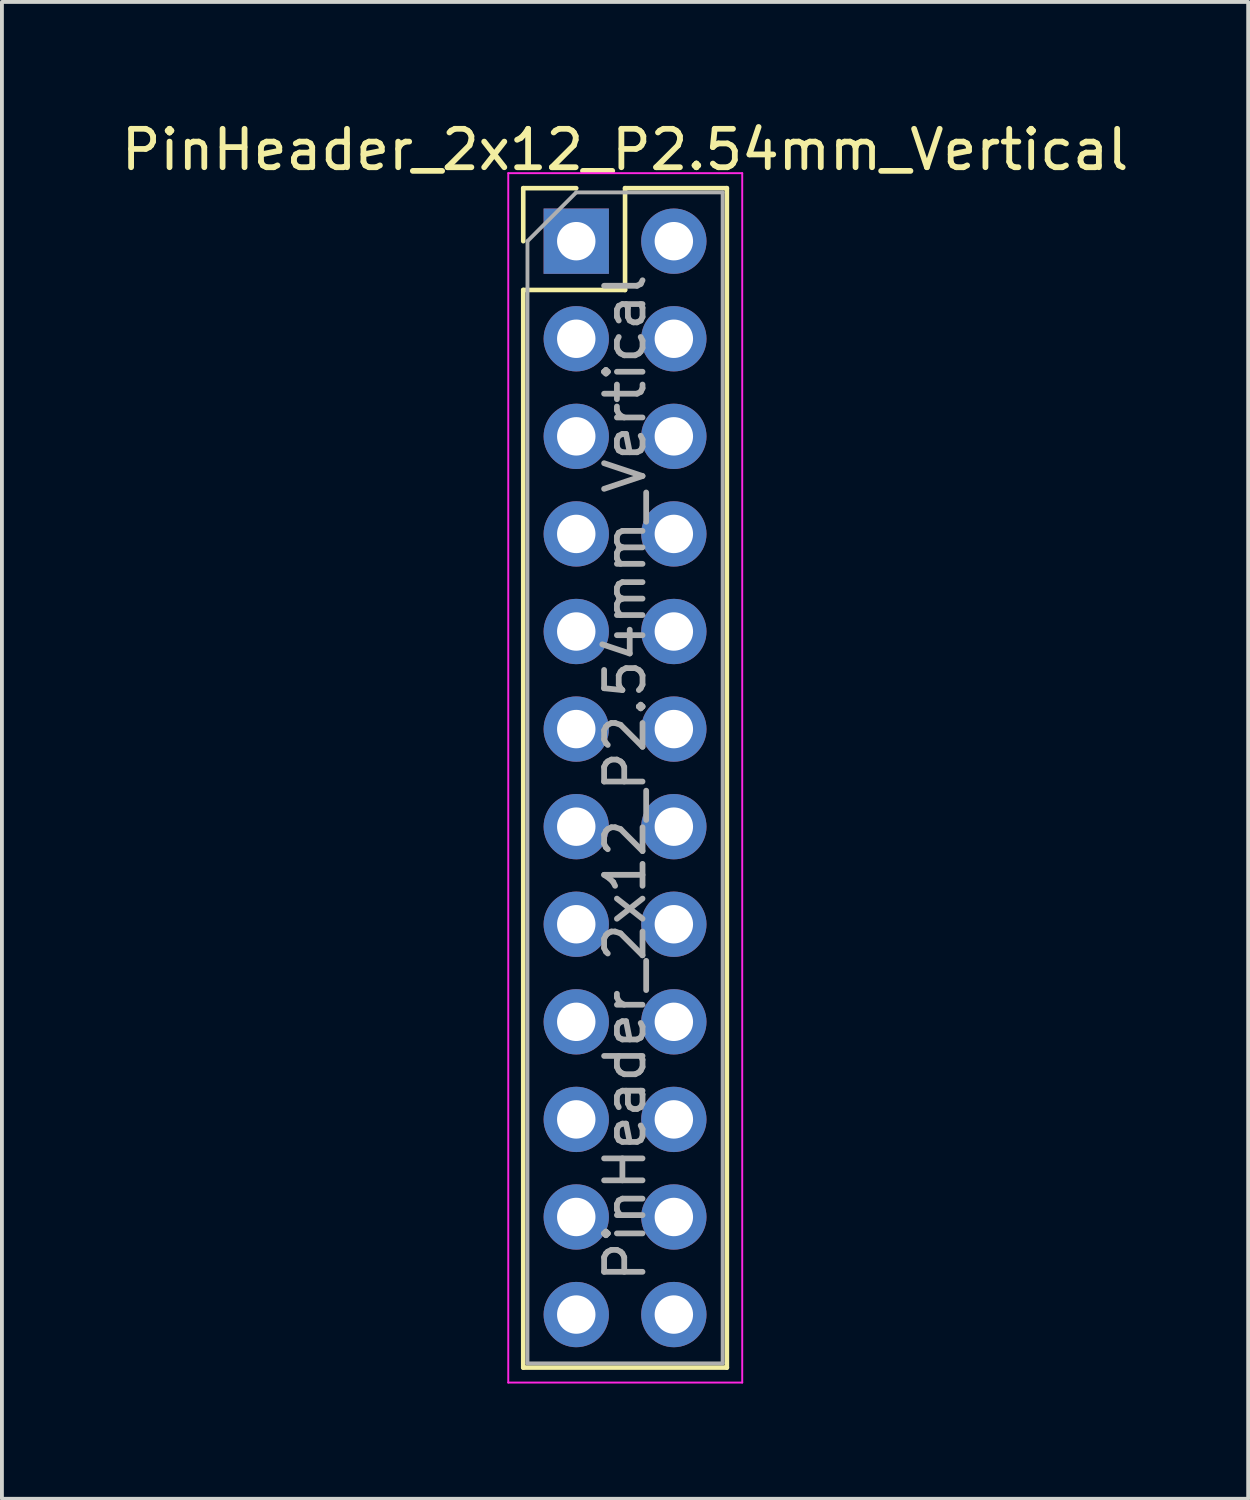
<source format=kicad_pcb>
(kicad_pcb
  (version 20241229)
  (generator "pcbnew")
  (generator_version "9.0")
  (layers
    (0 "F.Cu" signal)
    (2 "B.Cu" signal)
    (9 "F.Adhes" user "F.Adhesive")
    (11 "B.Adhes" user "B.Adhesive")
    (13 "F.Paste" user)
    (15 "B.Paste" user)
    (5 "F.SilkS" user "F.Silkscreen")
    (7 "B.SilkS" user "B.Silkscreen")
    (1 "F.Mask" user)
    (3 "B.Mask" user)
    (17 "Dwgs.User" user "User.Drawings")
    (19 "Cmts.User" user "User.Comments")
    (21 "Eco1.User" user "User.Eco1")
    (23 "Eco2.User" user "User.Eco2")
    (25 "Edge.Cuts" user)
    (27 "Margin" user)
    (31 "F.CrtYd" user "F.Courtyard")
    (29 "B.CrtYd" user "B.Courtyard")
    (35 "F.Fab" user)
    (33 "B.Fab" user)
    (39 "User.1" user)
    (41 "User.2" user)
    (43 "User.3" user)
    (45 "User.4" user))
  (footprint "PinHeader_2x12_P2.54mm_Vertical"
    (layer "F.Cu")
    (at 11.95 3.228)
    (property "Reference" "PinHeader_2x12_P2.54mm_Vertical" (at 1.27 -2.38 0) (layer "F.SilkS") (effects (font (size 1 1) (thickness 0.15))))
    (attr through_hole)
    (fp_line (start -1.38 -1.38) (end 0 -1.38) (stroke (width 0.12) (type solid)) (layer "F.SilkS"))
    (fp_line (start -1.38 0) (end -1.38 -1.38) (stroke (width 0.12) (type solid)) (layer "F.SilkS"))
    (fp_line (start -1.38 1.27) (end -1.38 29.32) (stroke (width 0.12) (type solid)) (layer "F.SilkS"))
    (fp_line (start -1.38 1.27) (end 1.27 1.27) (stroke (width 0.12) (type solid)) (layer "F.SilkS"))
    (fp_line (start -1.38 29.32) (end 3.92 29.32) (stroke (width 0.12) (type solid)) (layer "F.SilkS"))
    (fp_line (start 1.27 -1.38) (end 3.92 -1.38) (stroke (width 0.12) (type solid)) (layer "F.SilkS"))
    (fp_line (start 1.27 1.27) (end 1.27 -1.38) (stroke (width 0.12) (type solid)) (layer "F.SilkS"))
    (fp_line (start 3.92 -1.38) (end 3.92 29.32) (stroke (width 0.12) (type solid)) (layer "F.SilkS"))
    (fp_line (start -1.77 -1.77) (end -1.77 29.71) (stroke (width 0.05) (type solid)) (layer "F.CrtYd"))
    (fp_line (start -1.77 29.71) (end 4.32 29.71) (stroke (width 0.05) (type solid)) (layer "F.CrtYd"))
    (fp_line (start 4.32 -1.77) (end -1.77 -1.77) (stroke (width 0.05) (type solid)) (layer "F.CrtYd"))
    (fp_line (start 4.32 29.71) (end 4.32 -1.77) (stroke (width 0.05) (type solid)) (layer "F.CrtYd"))
    (fp_line (start -1.27 0) (end 0 -1.27) (stroke (width 0.1) (type solid)) (layer "F.Fab"))
    (fp_line (start -1.27 29.21) (end -1.27 0) (stroke (width 0.1) (type solid)) (layer "F.Fab"))
    (fp_line (start 0 -1.27) (end 3.81 -1.27) (stroke (width 0.1) (type solid)) (layer "F.Fab"))
    (fp_line (start 3.81 -1.27) (end 3.81 29.21) (stroke (width 0.1) (type solid)) (layer "F.Fab"))
    (fp_line (start 3.81 29.21) (end -1.27 29.21) (stroke (width 0.1) (type solid)) (layer "F.Fab"))
    (fp_text user "${REFERENCE}" (at 1.27 13.97 90) (layer "F.Fab") (effects (font (size 1 1) (thickness 0.15))))
    (pad "1" thru_hole rect (at 0 0) (size 1.7 1.7) (drill 1) (layers "*.Cu" "*.Mask"))
    (pad "2" thru_hole circle (at 2.54 0) (size 1.7 1.7) (drill 1) (layers "*.Cu" "*.Mask"))
    (pad "3" thru_hole circle (at 0 2.54) (size 1.7 1.7) (drill 1) (layers "*.Cu" "*.Mask"))
    (pad "4" thru_hole circle (at 2.54 2.54) (size 1.7 1.7) (drill 1) (layers "*.Cu" "*.Mask"))
    (pad "5" thru_hole circle (at 0 5.08) (size 1.7 1.7) (drill 1) (layers "*.Cu" "*.Mask"))
    (pad "6" thru_hole circle (at 2.54 5.08) (size 1.7 1.7) (drill 1) (layers "*.Cu" "*.Mask"))
    (pad "7" thru_hole circle (at 0 7.62) (size 1.7 1.7) (drill 1) (layers "*.Cu" "*.Mask"))
    (pad "8" thru_hole circle (at 2.54 7.62) (size 1.7 1.7) (drill 1) (layers "*.Cu" "*.Mask"))
    (pad "9" thru_hole circle (at 0 10.16) (size 1.7 1.7) (drill 1) (layers "*.Cu" "*.Mask"))
    (pad "10" thru_hole circle (at 2.54 10.16) (size 1.7 1.7) (drill 1) (layers "*.Cu" "*.Mask"))
    (pad "11" thru_hole circle (at 0 12.7) (size 1.7 1.7) (drill 1) (layers "*.Cu" "*.Mask"))
    (pad "12" thru_hole circle (at 2.54 12.7) (size 1.7 1.7) (drill 1) (layers "*.Cu" "*.Mask"))
    (pad "13" thru_hole circle (at 0 15.24) (size 1.7 1.7) (drill 1) (layers "*.Cu" "*.Mask"))
    (pad "14" thru_hole circle (at 2.54 15.24) (size 1.7 1.7) (drill 1) (layers "*.Cu" "*.Mask"))
    (pad "15" thru_hole circle (at 0 17.78) (size 1.7 1.7) (drill 1) (layers "*.Cu" "*.Mask"))
    (pad "16" thru_hole circle (at 2.54 17.78) (size 1.7 1.7) (drill 1) (layers "*.Cu" "*.Mask"))
    (pad "17" thru_hole circle (at 0 20.32) (size 1.7 1.7) (drill 1) (layers "*.Cu" "*.Mask"))
    (pad "18" thru_hole circle (at 2.54 20.32) (size 1.7 1.7) (drill 1) (layers "*.Cu" "*.Mask"))
    (pad "19" thru_hole circle (at 0 22.86) (size 1.7 1.7) (drill 1) (layers "*.Cu" "*.Mask"))
    (pad "20" thru_hole circle (at 2.54 22.86) (size 1.7 1.7) (drill 1) (layers "*.Cu" "*.Mask"))
    (pad "21" thru_hole circle (at 0 25.4) (size 1.7 1.7) (drill 1) (layers "*.Cu" "*.Mask"))
    (pad "22" thru_hole circle (at 2.54 25.4) (size 1.7 1.7) (drill 1) (layers "*.Cu" "*.Mask"))
    (pad "23" thru_hole circle (at 0 27.94) (size 1.7 1.7) (drill 1) (layers "*.Cu" "*.Mask"))
    (pad "24" thru_hole circle (at 2.54 27.94) (size 1.7 1.7) (drill 1) (layers "*.Cu" "*.Mask")))
  (gr_rect
    (start -3 -3)
    (end 29.44 35.963)
    (stroke (width 0.1) (type default))
    (fill no)
    (layer "Edge.Cuts")))
</source>
